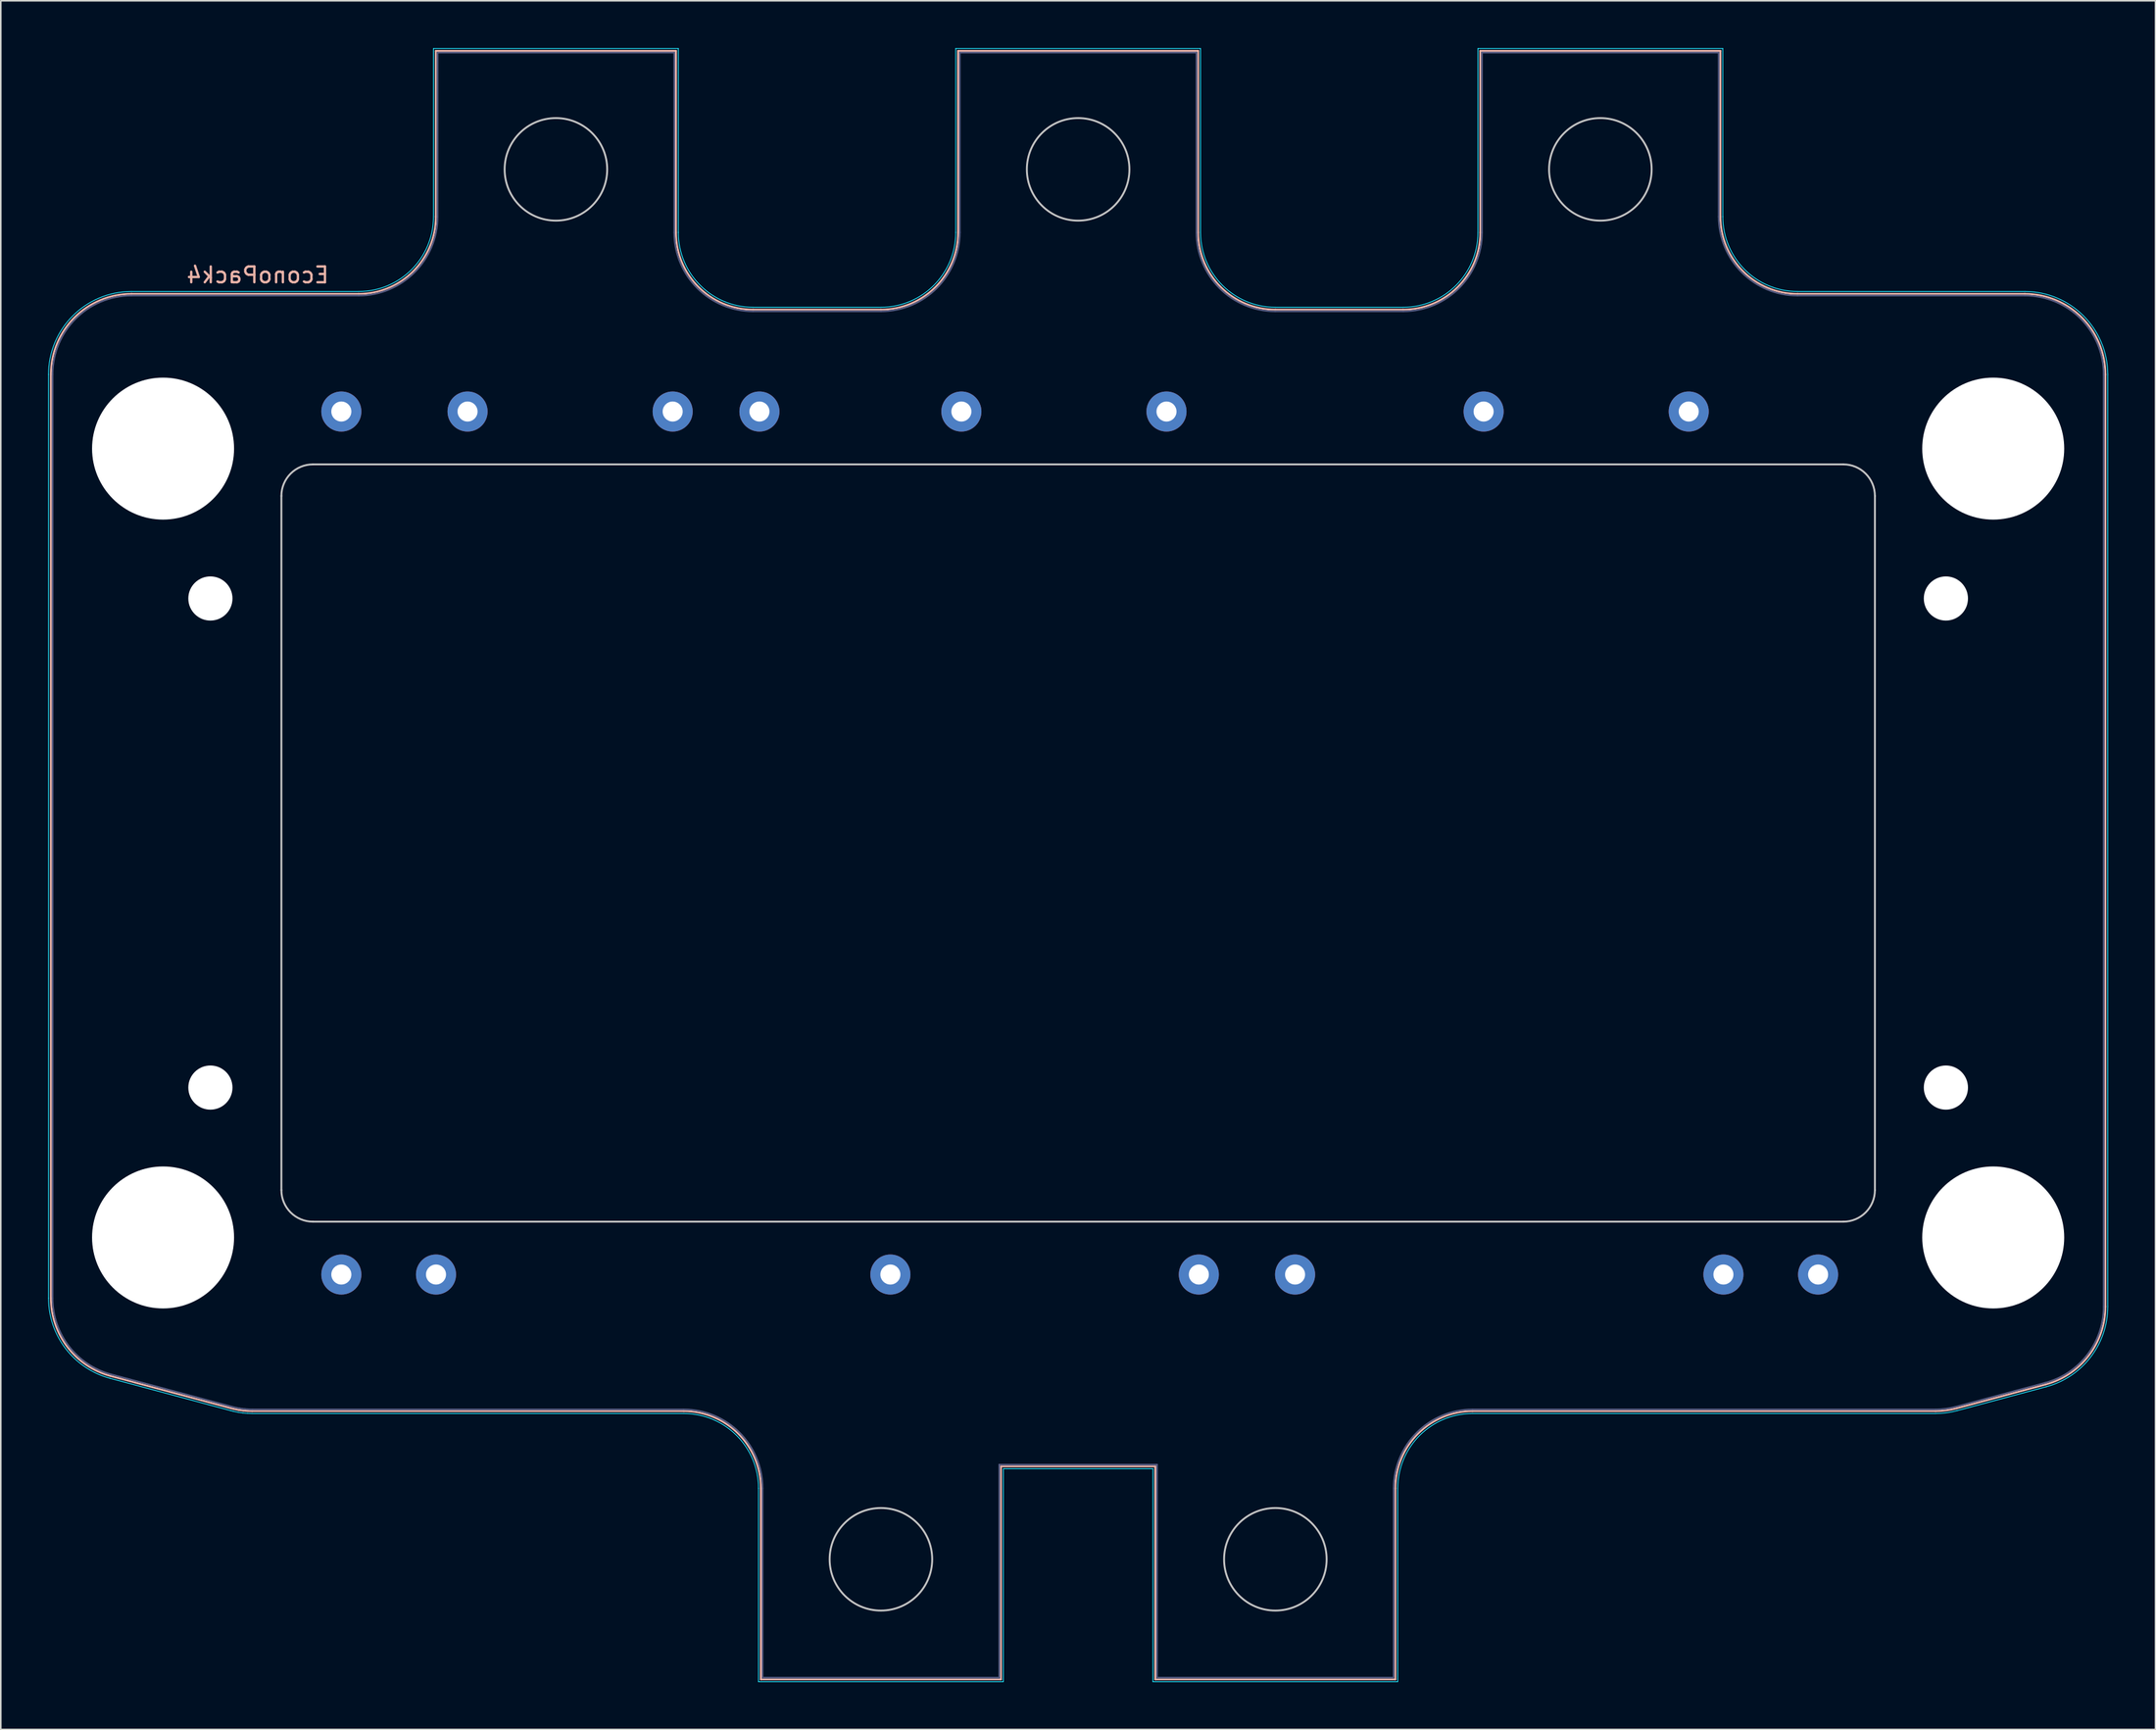
<source format=kicad_pcb>
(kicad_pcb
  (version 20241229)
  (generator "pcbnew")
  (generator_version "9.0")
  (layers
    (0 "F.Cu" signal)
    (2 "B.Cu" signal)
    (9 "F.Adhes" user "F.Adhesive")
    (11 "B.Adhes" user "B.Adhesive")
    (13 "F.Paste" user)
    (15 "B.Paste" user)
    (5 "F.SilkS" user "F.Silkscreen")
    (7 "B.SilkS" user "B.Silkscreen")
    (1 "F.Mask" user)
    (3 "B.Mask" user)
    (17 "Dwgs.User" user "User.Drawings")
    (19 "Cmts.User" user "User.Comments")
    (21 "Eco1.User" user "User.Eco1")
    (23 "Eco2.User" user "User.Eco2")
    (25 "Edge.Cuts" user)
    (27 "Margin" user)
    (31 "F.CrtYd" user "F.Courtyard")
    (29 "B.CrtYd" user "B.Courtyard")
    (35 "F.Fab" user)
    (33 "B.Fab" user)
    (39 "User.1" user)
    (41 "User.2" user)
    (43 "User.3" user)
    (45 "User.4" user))
  (footprint "EconoPack4"
    (layer "F.Cu")
    (at 65.285 50.385)
    (property "Reference" "EconoPack4" (at -52 -36 0) (layer "B.SilkS") (effects (font (size 1 1) (thickness 0.15)) (justify mirror)))
    (attr through_hole)
    (fp_line (start -65.11 28.848) (end -65.11 -29.7) (stroke (width 0.12) (type solid)) (layer "B.SilkS"))
    (fp_line (start -60 -34.81) (end -45.6 -34.81) (stroke (width 0.12) (type solid)) (layer "B.SilkS"))
    (fp_line (start -53.664 35.836) (end -61.323 33.784) (stroke (width 0.12) (type solid)) (layer "B.SilkS"))
    (fp_line (start -40.71 -39.7) (end -40.71 -50.21) (stroke (width 0.12) (type solid)) (layer "B.SilkS"))
    (fp_line (start -25.49 -50.21) (end -40.71 -50.21) (stroke (width 0.12) (type solid)) (layer "B.SilkS"))
    (fp_line (start -25.49 -50.21) (end -25.49 -38.7) (stroke (width 0.12) (type solid)) (layer "B.SilkS"))
    (fp_line (start -25 36.01) (end -52.348 36.01) (stroke (width 0.12) (type solid)) (layer "B.SilkS"))
    (fp_line (start -20.6 -33.81) (end -12.5 -33.81) (stroke (width 0.12) (type solid)) (layer "B.SilkS"))
    (fp_line (start -20.11 53.01) (end -20.11 40.9) (stroke (width 0.12) (type solid)) (layer "B.SilkS"))
    (fp_line (start -20.11 53.01) (end -4.89 53.01) (stroke (width 0.12) (type solid)) (layer "B.SilkS"))
    (fp_line (start -7.61 -38.7) (end -7.61 -50.21) (stroke (width 0.12) (type solid)) (layer "B.SilkS"))
    (fp_line (start -4.89 39.51) (end -4.89 53.01) (stroke (width 0.12) (type solid)) (layer "B.SilkS"))
    (fp_line (start 4.89 39.51) (end -4.89 39.51) (stroke (width 0.12) (type solid)) (layer "B.SilkS"))
    (fp_line (start 4.89 53.01) (end 4.89 39.51) (stroke (width 0.12) (type solid)) (layer "B.SilkS"))
    (fp_line (start 4.89 53.01) (end 20.11 53.01) (stroke (width 0.12) (type solid)) (layer "B.SilkS"))
    (fp_line (start 7.61 -50.21) (end -7.61 -50.21) (stroke (width 0.12) (type solid)) (layer "B.SilkS"))
    (fp_line (start 7.61 -50.21) (end 7.61 -38.7) (stroke (width 0.12) (type solid)) (layer "B.SilkS"))
    (fp_line (start 12.5 -33.81) (end 20.6 -33.81) (stroke (width 0.12) (type solid)) (layer "B.SilkS"))
    (fp_line (start 20.11 40.9) (end 20.11 53.01) (stroke (width 0.12) (type solid)) (layer "B.SilkS"))
    (fp_line (start 25.49 -38.7) (end 25.49 -50.21) (stroke (width 0.12) (type solid)) (layer "B.SilkS"))
    (fp_line (start 40.71 -50.21) (end 25.49 -50.21) (stroke (width 0.12) (type solid)) (layer "B.SilkS"))
    (fp_line (start 40.71 -50.21) (end 40.71 -39.7) (stroke (width 0.12) (type solid)) (layer "B.SilkS"))
    (fp_line (start 45.6 -34.81) (end 60 -34.81) (stroke (width 0.12) (type solid)) (layer "B.SilkS"))
    (fp_line (start 54.342 36.01) (end 25 36.01) (stroke (width 0.12) (type solid)) (layer "B.SilkS"))
    (fp_line (start 61.323 34.32) (end 55.664 35.836) (stroke (width 0.12) (type solid)) (layer "B.SilkS"))
    (fp_line (start 65.11 -29.7) (end 65.11 29.384) (stroke (width 0.12) (type solid)) (layer "B.SilkS"))
    (fp_arc (start -65.11 -29.7) (mid -63.613316 -33.313316) (end -60 -34.81) (stroke (width 0.12) (type solid)) (layer "B.SilkS"))
    (fp_arc (start -61.322565 33.783855) (mid -64.054035 31.958745) (end -65.11 28.847974) (stroke (width 0.12) (type solid)) (layer "B.SilkS"))
    (fp_arc (start -53.507175 35.875323) (mid -53.585895 35.856224) (end -53.664302 35.83588) (stroke (width 0.12) (type solid)) (layer "B.SilkS"))
    (fp_arc (start -40.71 -39.7) (mid -42.142248 -36.242248) (end -45.6 -34.81) (stroke (width 0.12) (type solid)) (layer "B.SilkS"))
    (fp_arc (start -25 36.009999) (mid -21.542248 37.442247) (end -20.11 40.899999) (stroke (width 0.12) (type solid)) (layer "B.SilkS"))
    (fp_arc (start -20.6 -33.81) (mid -24.057752 -35.242248) (end -25.49 -38.7) (stroke (width 0.12) (type solid)) (layer "B.SilkS"))
    (fp_arc (start -7.61 -38.7) (mid -9.042248 -35.242248) (end -12.5 -33.81) (stroke (width 0.12) (type solid)) (layer "B.SilkS"))
    (fp_arc (start 12.5 -33.809999) (mid 9.042247 -35.242247) (end 7.609999 -38.7) (stroke (width 0.12) (type solid)) (layer "B.SilkS"))
    (fp_arc (start 20.11 40.899999) (mid 21.542248 37.442247) (end 25 36.009999) (stroke (width 0.12) (type solid)) (layer "B.SilkS"))
    (fp_arc (start 25.49 -38.7) (mid 24.057752 -35.242248) (end 20.6 -33.81) (stroke (width 0.12) (type solid)) (layer "B.SilkS"))
    (fp_arc (start 45.6 -34.809999) (mid 42.142247 -36.242247) (end 40.709999 -39.7) (stroke (width 0.12) (type solid)) (layer "B.SilkS"))
    (fp_arc (start 55.664302 35.83588) (mid 55.008726 35.966282) (end 54.341737 36.009999) (stroke (width 0.12) (type solid)) (layer "B.SilkS"))
    (fp_arc (start 60 -34.81) (mid 63.613316 -33.313316) (end 65.11 -29.7) (stroke (width 0.12) (type solid)) (layer "B.SilkS"))
    (fp_arc (start 65.11 29.383873) (mid 64.054035 32.494644) (end 61.322565 34.319754) (stroke (width 0.12) (type solid)) (layer "B.SilkS"))
    (fp_curve (pts (xy -53.215 35.935) (xy -53.312 35.918) (xy -53.41 35.897) (xy -53.507 35.875)) (stroke (width 0.12) (type solid)) (layer "B.SilkS"))
    (fp_curve (pts (xy -52.921 35.977) (xy -53.018 35.966) (xy -53.117 35.952) (xy -53.215 35.935)) (stroke (width 0.12) (type solid)) (layer "B.SilkS"))
    (fp_curve (pts (xy -52.63 36.002) (xy -52.725 35.997) (xy -52.823 35.988) (xy -52.921 35.977)) (stroke (width 0.12) (type solid)) (layer "B.SilkS"))
    (fp_curve (pts (xy -52.348 36.01) (xy -52.442 36.009) (xy -52.535 36.007) (xy -52.63 36.002)) (stroke (width 0.12) (type solid)) (layer "B.SilkS"))
    (fp_line (start -50.5 22) (end -50.5 -22) (stroke (width 0.12) (type solid)) (layer "Dwgs.User"))
    (fp_line (start -48.5 -24) (end 48.5 -24) (stroke (width 0.12) (type solid)) (layer "Dwgs.User"))
    (fp_line (start 48.5 24) (end -48.5 24) (stroke (width 0.12) (type solid)) (layer "Dwgs.User"))
    (fp_line (start 50.5 -22) (end 50.5 22) (stroke (width 0.12) (type solid)) (layer "Dwgs.User"))
    (fp_arc (start -50.5 -22) (mid -49.914214 -23.414214) (end -48.5 -24) (stroke (width 0.12) (type solid)) (layer "Dwgs.User"))
    (fp_arc (start -48.5 24) (mid -49.914214 23.414214) (end -50.5 22) (stroke (width 0.12) (type solid)) (layer "Dwgs.User"))
    (fp_arc (start 48.5 -24) (mid 49.914214 -23.414214) (end 50.5 -22) (stroke (width 0.12) (type solid)) (layer "Dwgs.User"))
    (fp_arc (start 50.5 22) (mid 49.914214 23.414214) (end 48.5 24) (stroke (width 0.12) (type solid)) (layer "Dwgs.User"))
    (fp_circle (center -33.1 -42.7) (end -29.85 -42.7) (stroke (width 0.12) (type solid)) (fill no) (layer "Dwgs.User"))
    (fp_circle (center -12.5 45.4) (end -9.25 45.4) (stroke (width 0.12) (type solid)) (fill no) (layer "Dwgs.User"))
    (fp_circle (center 0 -42.7) (end 3.25 -42.7) (stroke (width 0.12) (type solid)) (fill no) (layer "Dwgs.User"))
    (fp_circle (center 12.5 45.4) (end 15.75 45.4) (stroke (width 0.12) (type solid)) (fill no) (layer "Dwgs.User"))
    (fp_circle (center 33.1 -42.7) (end 36.35 -42.7) (stroke (width 0.12) (type solid)) (fill no) (layer "Dwgs.User"))
    (fp_line (start -65.26 28.848) (end -65.26 -29.7) (stroke (width 0.05) (type solid)) (layer "B.CrtYd"))
    (fp_line (start -60 -34.96) (end -45.6 -34.96) (stroke (width 0.05) (type solid)) (layer "B.CrtYd"))
    (fp_line (start -53.703 35.981) (end -61.361 33.929) (stroke (width 0.05) (type solid)) (layer "B.CrtYd"))
    (fp_line (start -40.86 -39.7) (end -40.86 -50.36) (stroke (width 0.05) (type solid)) (layer "B.CrtYd"))
    (fp_line (start -25.34 -50.36) (end -40.86 -50.36) (stroke (width 0.05) (type solid)) (layer "B.CrtYd"))
    (fp_line (start -25.34 -50.36) (end -25.34 -38.7) (stroke (width 0.05) (type solid)) (layer "B.CrtYd"))
    (fp_line (start -25 36.16) (end -52.357 36.16) (stroke (width 0.05) (type solid)) (layer "B.CrtYd"))
    (fp_line (start -20.6 -33.96) (end -12.5 -33.96) (stroke (width 0.05) (type solid)) (layer "B.CrtYd"))
    (fp_line (start -20.26 53.16) (end -20.26 40.9) (stroke (width 0.05) (type solid)) (layer "B.CrtYd"))
    (fp_line (start -20.26 53.16) (end -4.74 53.16) (stroke (width 0.05) (type solid)) (layer "B.CrtYd"))
    (fp_line (start -7.76 -38.7) (end -7.76 -50.36) (stroke (width 0.05) (type solid)) (layer "B.CrtYd"))
    (fp_line (start -4.74 39.66) (end -4.74 53.16) (stroke (width 0.05) (type solid)) (layer "B.CrtYd"))
    (fp_line (start 4.74 39.66) (end -4.74 39.66) (stroke (width 0.05) (type solid)) (layer "B.CrtYd"))
    (fp_line (start 4.74 53.16) (end 4.74 39.66) (stroke (width 0.05) (type solid)) (layer "B.CrtYd"))
    (fp_line (start 4.74 53.16) (end 20.26 53.16) (stroke (width 0.05) (type solid)) (layer "B.CrtYd"))
    (fp_line (start 7.76 -50.36) (end -7.76 -50.36) (stroke (width 0.05) (type solid)) (layer "B.CrtYd"))
    (fp_line (start 7.76 -50.36) (end 7.76 -38.7) (stroke (width 0.05) (type solid)) (layer "B.CrtYd"))
    (fp_line (start 12.5 -33.96) (end 20.6 -33.96) (stroke (width 0.05) (type solid)) (layer "B.CrtYd"))
    (fp_line (start 20.26 40.9) (end 20.26 53.16) (stroke (width 0.05) (type solid)) (layer "B.CrtYd"))
    (fp_line (start 25.34 -38.7) (end 25.34 -50.36) (stroke (width 0.05) (type solid)) (layer "B.CrtYd"))
    (fp_line (start 40.86 -50.36) (end 25.34 -50.36) (stroke (width 0.05) (type solid)) (layer "B.CrtYd"))
    (fp_line (start 40.86 -50.36) (end 40.86 -39.7) (stroke (width 0.05) (type solid)) (layer "B.CrtYd"))
    (fp_line (start 45.6 -34.96) (end 60 -34.96) (stroke (width 0.05) (type solid)) (layer "B.CrtYd"))
    (fp_line (start 54.342 36.16) (end 25 36.16) (stroke (width 0.05) (type solid)) (layer "B.CrtYd"))
    (fp_line (start 61.361 34.465) (end 55.703 35.981) (stroke (width 0.05) (type solid)) (layer "B.CrtYd"))
    (fp_line (start 65.26 -29.7) (end 65.26 29.384) (stroke (width 0.05) (type solid)) (layer "B.CrtYd"))
    (fp_arc (start -65.26 -29.7) (mid -63.719382 -33.419382) (end -60 -34.96) (stroke (width 0.05) (type solid)) (layer "B.CrtYd"))
    (fp_arc (start -61.361388 33.928744) (mid -64.173039 32.050059) (end -65.26 28.847974) (stroke (width 0.05) (type solid)) (layer "B.CrtYd"))
    (fp_arc (start -53.547665 36.019895) (mid -53.625544 36.000924) (end -53.703125 35.980769) (stroke (width 0.05) (type solid)) (layer "B.CrtYd"))
    (fp_arc (start -40.86 -39.7) (mid -42.248314 -36.348314) (end -45.6 -34.96) (stroke (width 0.05) (type solid)) (layer "B.CrtYd"))
    (fp_arc (start -25 36.159999) (mid -21.648314 37.548313) (end -20.26 40.899999) (stroke (width 0.05) (type solid)) (layer "B.CrtYd"))
    (fp_arc (start -20.6 -33.96) (mid -23.951686 -35.348314) (end -25.34 -38.7) (stroke (width 0.05) (type solid)) (layer "B.CrtYd"))
    (fp_arc (start -7.759999 -38.7) (mid -9.148313 -35.348313) (end -12.5 -33.959999) (stroke (width 0.05) (type solid)) (layer "B.CrtYd"))
    (fp_arc (start 12.5 -33.959999) (mid 9.148313 -35.348313) (end 7.759999 -38.7) (stroke (width 0.05) (type solid)) (layer "B.CrtYd"))
    (fp_arc (start 20.26 40.899999) (mid 21.648314 37.548313) (end 25 36.159999) (stroke (width 0.05) (type solid)) (layer "B.CrtYd"))
    (fp_arc (start 25.340001 -38.7) (mid 23.951687 -35.348313) (end 20.6 -33.959999) (stroke (width 0.05) (type solid)) (layer "B.CrtYd"))
    (fp_arc (start 45.6 -34.959999) (mid 42.248313 -36.348313) (end 40.859999 -39.7) (stroke (width 0.05) (type solid)) (layer "B.CrtYd"))
    (fp_arc (start 55.703125 35.980769) (mid 55.028305 36.114999) (end 54.341737 36.159999) (stroke (width 0.05) (type solid)) (layer "B.CrtYd"))
    (fp_arc (start 60 -34.96) (mid 63.719382 -33.419382) (end 65.26 -29.7) (stroke (width 0.05) (type solid)) (layer "B.CrtYd"))
    (fp_arc (start 65.259999 29.383873) (mid 64.173038 32.585957) (end 61.361388 34.464642) (stroke (width 0.05) (type solid)) (layer "B.CrtYd"))
    (fp_curve (pts (xy -53.248 36.081) (xy -53.349 36.064) (xy -53.448 36.042) (xy -53.548 36.02)) (stroke (width 0.05) (type solid)) (layer "B.CrtYd"))
    (fp_curve (pts (xy -52.945 36.125) (xy -53.046 36.114) (xy -53.148 36.099) (xy -53.248 36.081)) (stroke (width 0.05) (type solid)) (layer "B.CrtYd"))
    (fp_curve (pts (xy -52.646 36.151) (xy -52.743 36.146) (xy -52.844 36.137) (xy -52.945 36.125)) (stroke (width 0.05) (type solid)) (layer "B.CrtYd"))
    (fp_curve (pts (xy -52.357 36.16) (xy -52.453 36.159) (xy -52.548 36.157) (xy -52.646 36.151)) (stroke (width 0.05) (type solid)) (layer "B.CrtYd"))
    (fp_line (start -65 28.848) (end -65 -29.7) (stroke (width 0.1) (type solid)) (layer "B.Fab"))
    (fp_line (start -60 -34.7) (end -45.6 -34.7) (stroke (width 0.1) (type solid)) (layer "B.Fab"))
    (fp_line (start -53.636 35.73) (end -61.294 33.678) (stroke (width 0.1) (type solid)) (layer "B.Fab"))
    (fp_line (start -40.6 -39.7) (end -40.6 -50.1) (stroke (width 0.1) (type solid)) (layer "B.Fab"))
    (fp_line (start -25.6 -50.1) (end -40.6 -50.1) (stroke (width 0.1) (type solid)) (layer "B.Fab"))
    (fp_line (start -25.6 -50.1) (end -25.6 -38.7) (stroke (width 0.1) (type solid)) (layer "B.Fab"))
    (fp_line (start -25 35.9) (end -52.342 35.9) (stroke (width 0.1) (type solid)) (layer "B.Fab"))
    (fp_line (start -20.6 -33.7) (end -12.5 -33.7) (stroke (width 0.1) (type solid)) (layer "B.Fab"))
    (fp_line (start -20 52.9) (end -20 40.9) (stroke (width 0.1) (type solid)) (layer "B.Fab"))
    (fp_line (start -20 52.9) (end -5 52.9) (stroke (width 0.1) (type solid)) (layer "B.Fab"))
    (fp_line (start -7.5 -38.7) (end -7.5 -50.1) (stroke (width 0.1) (type solid)) (layer "B.Fab"))
    (fp_line (start -5 39.4) (end -5 52.9) (stroke (width 0.1) (type solid)) (layer "B.Fab"))
    (fp_line (start 5 39.4) (end -5 39.4) (stroke (width 0.1) (type solid)) (layer "B.Fab"))
    (fp_line (start 5 52.9) (end 5 39.4) (stroke (width 0.1) (type solid)) (layer "B.Fab"))
    (fp_line (start 5 52.9) (end 20 52.9) (stroke (width 0.1) (type solid)) (layer "B.Fab"))
    (fp_line (start 7.5 -50.1) (end -7.5 -50.1) (stroke (width 0.1) (type solid)) (layer "B.Fab"))
    (fp_line (start 7.5 -50.1) (end 7.5 -38.7) (stroke (width 0.1) (type solid)) (layer "B.Fab"))
    (fp_line (start 12.5 -33.7) (end 20.6 -33.7) (stroke (width 0.1) (type solid)) (layer "B.Fab"))
    (fp_line (start 20 40.9) (end 20 52.9) (stroke (width 0.1) (type solid)) (layer "B.Fab"))
    (fp_line (start 25.6 -38.7) (end 25.6 -50.1) (stroke (width 0.1) (type solid)) (layer "B.Fab"))
    (fp_line (start 40.6 -50.1) (end 25.6 -50.1) (stroke (width 0.1) (type solid)) (layer "B.Fab"))
    (fp_line (start 40.6 -50.1) (end 40.6 -39.7) (stroke (width 0.1) (type solid)) (layer "B.Fab"))
    (fp_line (start 45.6 -34.7) (end 60 -34.7) (stroke (width 0.1) (type solid)) (layer "B.Fab"))
    (fp_line (start 54.342 35.9) (end 25 35.9) (stroke (width 0.1) (type solid)) (layer "B.Fab"))
    (fp_line (start 61.294 34.214) (end 55.636 35.73) (stroke (width 0.1) (type solid)) (layer "B.Fab"))
    (fp_line (start 65 -29.7) (end 65 29.384) (stroke (width 0.1) (type solid)) (layer "B.Fab"))
    (fp_arc (start -65 -29.7) (mid -63.535534 -33.235534) (end -60 -34.7) (stroke (width 0.1) (type solid)) (layer "B.Fab"))
    (fp_arc (start -61.294095 33.677603) (mid -63.966766 31.891781) (end -65 28.847974) (stroke (width 0.1) (type solid)) (layer "B.Fab"))
    (fp_arc (start -53.477065 35.769397) (mid -53.556611 35.750163) (end -53.635832 35.729629) (stroke (width 0.1) (type solid)) (layer "B.Fab"))
    (fp_arc (start -40.599999 -39.7) (mid -42.064465 -36.164465) (end -45.6 -34.699999) (stroke (width 0.1) (type solid)) (layer "B.Fab"))
    (fp_arc (start -25 35.9) (mid -21.464466 37.364466) (end -20 40.9) (stroke (width 0.1) (type solid)) (layer "B.Fab"))
    (fp_arc (start -20.6 -33.700001) (mid -24.135533 -35.164467) (end -25.599999 -38.7) (stroke (width 0.1) (type solid)) (layer "B.Fab"))
    (fp_arc (start -7.5 -38.7) (mid -8.964466 -35.164466) (end -12.5 -33.7) (stroke (width 0.1) (type solid)) (layer "B.Fab"))
    (fp_arc (start 12.5 -33.7) (mid 8.964466 -35.164466) (end 7.5 -38.7) (stroke (width 0.1) (type solid)) (layer "B.Fab"))
    (fp_arc (start 19.999999 40.9) (mid 21.464465 37.364465) (end 25 35.899999) (stroke (width 0.1) (type solid)) (layer "B.Fab"))
    (fp_arc (start 25.6 -38.7) (mid 24.135534 -35.164466) (end 20.6 -33.7) (stroke (width 0.1) (type solid)) (layer "B.Fab"))
    (fp_arc (start 45.6 -34.7) (mid 42.064466 -36.164466) (end 40.6 -39.7) (stroke (width 0.1) (type solid)) (layer "B.Fab"))
    (fp_arc (start 55.635832 35.729628) (mid 54.994368 35.857223) (end 54.341737 35.899999) (stroke (width 0.1) (type solid)) (layer "B.Fab"))
    (fp_arc (start 60 -34.7) (mid 63.535534 -33.235534) (end 65 -29.7) (stroke (width 0.1) (type solid)) (layer "B.Fab"))
    (fp_arc (start 65 29.383873) (mid 63.966767 32.42768) (end 61.294095 34.213502) (stroke (width 0.1) (type solid)) (layer "B.Fab"))
    (fp_curve (pts (xy -53.308 35.806) (xy -53.365 35.794) (xy -53.421 35.782) (xy -53.477 35.769)) (stroke (width 0.1) (type solid)) (layer "B.Fab"))
    (fp_curve (pts (xy -53.141 35.836) (xy -53.197 35.827) (xy -53.252 35.817) (xy -53.308 35.806)) (stroke (width 0.1) (type solid)) (layer "B.Fab"))
    (fp_curve (pts (xy -52.976 35.86) (xy -53.031 35.853) (xy -53.086 35.845) (xy -53.141 35.836)) (stroke (width 0.1) (type solid)) (layer "B.Fab"))
    (fp_curve (pts (xy -52.813 35.878) (xy -52.867 35.873) (xy -52.922 35.867) (xy -52.976 35.86)) (stroke (width 0.1) (type solid)) (layer "B.Fab"))
    (fp_curve (pts (xy -52.653 35.89) (xy -52.706 35.887) (xy -52.76 35.883) (xy -52.813 35.878)) (stroke (width 0.1) (type solid)) (layer "B.Fab"))
    (fp_curve (pts (xy -52.496 35.898) (xy -52.548 35.896) (xy -52.601 35.894) (xy -52.653 35.89)) (stroke (width 0.1) (type solid)) (layer "B.Fab"))
    (fp_curve (pts (xy -52.342 35.9) (xy -52.393 35.9) (xy -52.444 35.899) (xy -52.496 35.898)) (stroke (width 0.1) (type solid)) (layer "B.Fab"))
    (pad "" np_thru_hole circle (at -58 -25) (size 9 9) (drill 9) (layers "*.Cu" "*.Mask"))
    (pad "" np_thru_hole circle (at -58 25) (size 9 9) (drill 9) (layers "*.Cu" "*.Mask"))
    (pad "" np_thru_hole circle (at -55 -15.5) (size 2.8 2.8) (drill 2.8) (layers "*.Cu" "*.Mask"))
    (pad "" np_thru_hole circle (at -55 15.5) (size 2.8 2.8) (drill 2.8) (layers "*.Cu" "*.Mask"))
    (pad "" np_thru_hole circle (at 55 -15.5) (size 2.8 2.8) (drill 2.8) (layers "*.Cu" "*.Mask"))
    (pad "" np_thru_hole circle (at 55 15.5) (size 2.8 2.8) (drill 2.8) (layers "*.Cu" "*.Mask"))
    (pad "" np_thru_hole circle (at 58 -25) (size 9 9) (drill 9) (layers "*.Cu" "*.Mask"))
    (pad "" np_thru_hole circle (at 58 25) (size 9 9) (drill 9) (layers "*.Cu" "*.Mask"))
    (pad "6" thru_hole circle (at -46.7 27.35) (size 2.54 2.54) (drill 1.27) (layers "*.Cu" "*.Mask"))
    (pad "7" thru_hole circle (at -40.7 27.35) (size 2.54 2.54) (drill 1.27) (layers "*.Cu" "*.Mask"))
    (pad "8" thru_hole circle (at -11.9 27.35) (size 2.54 2.54) (drill 1.27) (layers "*.Cu" "*.Mask"))
    (pad "9" thru_hole circle (at 7.65 27.35) (size 2.54 2.54) (drill 1.27) (layers "*.Cu" "*.Mask"))
    (pad "10" thru_hole circle (at 13.75 27.35) (size 2.54 2.54) (drill 1.27) (layers "*.Cu" "*.Mask"))
    (pad "11" thru_hole circle (at 40.9 27.35) (size 2.54 2.54) (drill 1.27) (layers "*.Cu" "*.Mask"))
    (pad "12" thru_hole circle (at 46.9 27.35) (size 2.54 2.54) (drill 1.27) (layers "*.Cu" "*.Mask"))
    (pad "13" thru_hole circle (at 38.7 -27.35) (size 2.54 2.54) (drill 1.27) (layers "*.Cu" "*.Mask"))
    (pad "14" thru_hole circle (at 25.7 -27.35) (size 2.54 2.54) (drill 1.27) (layers "*.Cu" "*.Mask"))
    (pad "15" thru_hole circle (at 5.6 -27.35) (size 2.54 2.54) (drill 1.27) (layers "*.Cu" "*.Mask"))
    (pad "16" thru_hole circle (at -7.4 -27.35) (size 2.54 2.54) (drill 1.27) (layers "*.Cu" "*.Mask"))
    (pad "17" thru_hole circle (at -20.2 -27.35) (size 2.54 2.54) (drill 1.27) (layers "*.Cu" "*.Mask"))
    (pad "18" thru_hole circle (at -25.7 -27.35) (size 2.54 2.54) (drill 1.27) (layers "*.Cu" "*.Mask"))
    (pad "19" thru_hole circle (at -38.7 -27.35) (size 2.54 2.54) (drill 1.27) (layers "*.Cu" "*.Mask"))
    (pad "20" thru_hole circle (at -46.7 -27.35) (size 2.54 2.54) (drill 1.27) (layers "*.Cu" "*.Mask")))
  (gr_rect
    (start -3 -3)
    (end 133.57 106.57)
    (stroke (width 0.1) (type default))
    (fill no)
    (layer "Edge.Cuts")))
</source>
